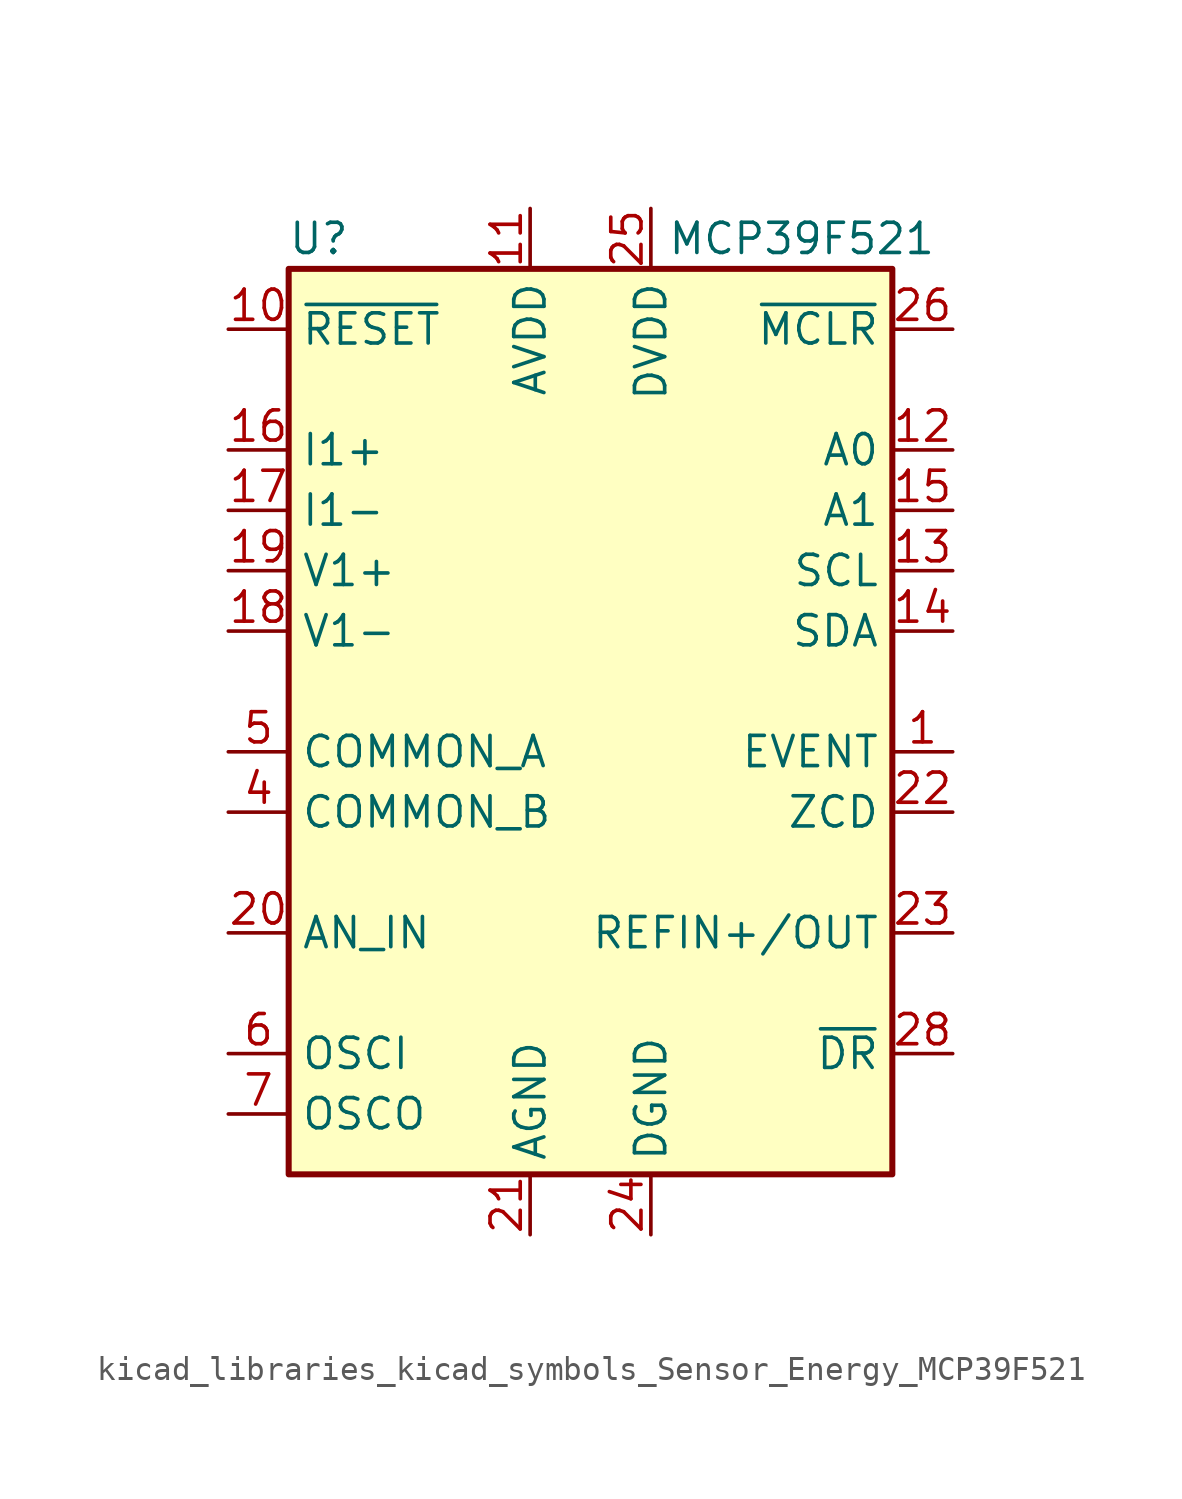
<source format=kicad_sym>
(kicad_symbol_lib
  (version 20220914)
  (generator kicad_symbol_editor)
  (symbol "kicad_libraries_kicad_symbols_Sensor_Energy_MCP39F521"
    (property "Reference" "U"
      (at -11.43 19.05 0)
      (effects (font (size 1.27 1.27))))
    (property "Value" "MCP39F521"
      (at 8.89 19.05 0)
      (effects (font (size 1.27 1.27))))
    (symbol "kicad_libraries_kicad_symbols_Sensor_Energy_MCP39F521_0_1"
      (rectangle (start -12.7 17.78) (end 12.7 -20.32) (stroke (width 0.254) (type default)) (fill (type background))))
    (symbol "kicad_libraries_kicad_symbols_Sensor_Energy_MCP39F521_1_1"
      (pin output line (at 15.24 -2.54 180) (length 2.54) (name "EVENT" (effects (font (size 1.27 1.27)))) (number "1" (effects (font (size 1.27 1.27)))))
      (pin input line (at -15.24 15.24 0) (length 2.54) (name "~{RESET}" (effects (font (size 1.27 1.27)))) (number "10" (effects (font (size 1.27 1.27)))))
      (pin power_in line (at -2.54 20.32 270) (length 2.54) (name "AVDD" (effects (font (size 1.27 1.27)))) (number "11" (effects (font (size 1.27 1.27)))))
      (pin input line (at 15.24 10.16 180) (length 2.54) (name "A0" (effects (font (size 1.27 1.27)))) (number "12" (effects (font (size 1.27 1.27)))))
      (pin input line (at 15.24 5.08 180) (length 2.54) (name "SCL" (effects (font (size 1.27 1.27)))) (number "13" (effects (font (size 1.27 1.27)))))
      (pin bidirectional line (at 15.24 2.54 180) (length 2.54) (name "SDA" (effects (font (size 1.27 1.27)))) (number "14" (effects (font (size 1.27 1.27)))))
      (pin input line (at 15.24 7.62 180) (length 2.54) (name "A1" (effects (font (size 1.27 1.27)))) (number "15" (effects (font (size 1.27 1.27)))))
      (pin input line (at -15.24 10.16 0) (length 2.54) (name "I1+" (effects (font (size 1.27 1.27)))) (number "16" (effects (font (size 1.27 1.27)))))
      (pin input line (at -15.24 7.62 0) (length 2.54) (name "I1-" (effects (font (size 1.27 1.27)))) (number "17" (effects (font (size 1.27 1.27)))))
      (pin input line (at -15.24 2.54 0) (length 2.54) (name "V1-" (effects (font (size 1.27 1.27)))) (number "18" (effects (font (size 1.27 1.27)))))
      (pin input line (at -15.24 5.08 0) (length 2.54) (name "V1+" (effects (font (size 1.27 1.27)))) (number "19" (effects (font (size 1.27 1.27)))))
      (pin no_connect line (at -12.7 12.7 0) (length 2.54) hide (name "NC" (effects (font (size 1.27 1.27)))) (number "2" (effects (font (size 1.27 1.27)))))
      (pin input line (at -15.24 -10.16 0) (length 2.54) (name "AN_IN" (effects (font (size 1.27 1.27)))) (number "20" (effects (font (size 1.27 1.27)))))
      (pin power_in line (at -2.54 -22.86 90) (length 2.54) (name "AGND" (effects (font (size 1.27 1.27)))) (number "21" (effects (font (size 1.27 1.27)))))
      (pin output line (at 15.24 -5.08 180) (length 2.54) (name "ZCD" (effects (font (size 1.27 1.27)))) (number "22" (effects (font (size 1.27 1.27)))))
      (pin bidirectional line (at 15.24 -10.16 180) (length 2.54) (name "REFIN+/OUT" (effects (font (size 1.27 1.27)))) (number "23" (effects (font (size 1.27 1.27)))))
      (pin power_in line (at 2.54 -22.86 90) (length 2.54) (name "DGND" (effects (font (size 1.27 1.27)))) (number "24" (effects (font (size 1.27 1.27)))))
      (pin power_in line (at 2.54 20.32 270) (length 2.54) (name "DVDD" (effects (font (size 1.27 1.27)))) (number "25" (effects (font (size 1.27 1.27)))))
      (pin input line (at 15.24 15.24 180) (length 2.54) (name "~{MCLR}" (effects (font (size 1.27 1.27)))) (number "26" (effects (font (size 1.27 1.27)))))
      (pin passive line (at 2.54 -22.86 90) (length 2.54) hide (name "DGND" (effects (font (size 1.27 1.27)))) (number "27" (effects (font (size 1.27 1.27)))))
      (pin output line (at 15.24 -15.24 180) (length 2.54) (name "~{DR}" (effects (font (size 1.27 1.27)))) (number "28" (effects (font (size 1.27 1.27)))))
      (pin passive line (at 2.54 -22.86 90) (length 2.54) hide (name "DGND" (effects (font (size 1.27 1.27)))) (number "29" (effects (font (size 1.27 1.27)))))
      (pin no_connect line (at -12.7 0 0) (length 2.54) hide (name "NC" (effects (font (size 1.27 1.27)))) (number "3" (effects (font (size 1.27 1.27)))))
      (pin passive line (at -15.24 -5.08 0) (length 2.54) (name "COMMON_B" (effects (font (size 1.27 1.27)))) (number "4" (effects (font (size 1.27 1.27)))))
      (pin passive line (at -15.24 -2.54 0) (length 2.54) (name "COMMON_A" (effects (font (size 1.27 1.27)))) (number "5" (effects (font (size 1.27 1.27)))))
      (pin input line (at -15.24 -15.24 0) (length 2.54) (name "OSCI" (effects (font (size 1.27 1.27)))) (number "6" (effects (font (size 1.27 1.27)))))
      (pin passive line (at -15.24 -17.78 0) (length 2.54) (name "OSCO" (effects (font (size 1.27 1.27)))) (number "7" (effects (font (size 1.27 1.27)))))
      (pin no_connect line (at 12.7 12.7 180) (length 2.54) hide (name "NC" (effects (font (size 1.27 1.27)))) (number "8" (effects (font (size 1.27 1.27)))))
      (pin no_connect line (at 12.7 0 180) (length 2.54) hide (name "NC" (effects (font (size 1.27 1.27)))) (number "9" (effects (font (size 1.27 1.27))))))))
</source>
